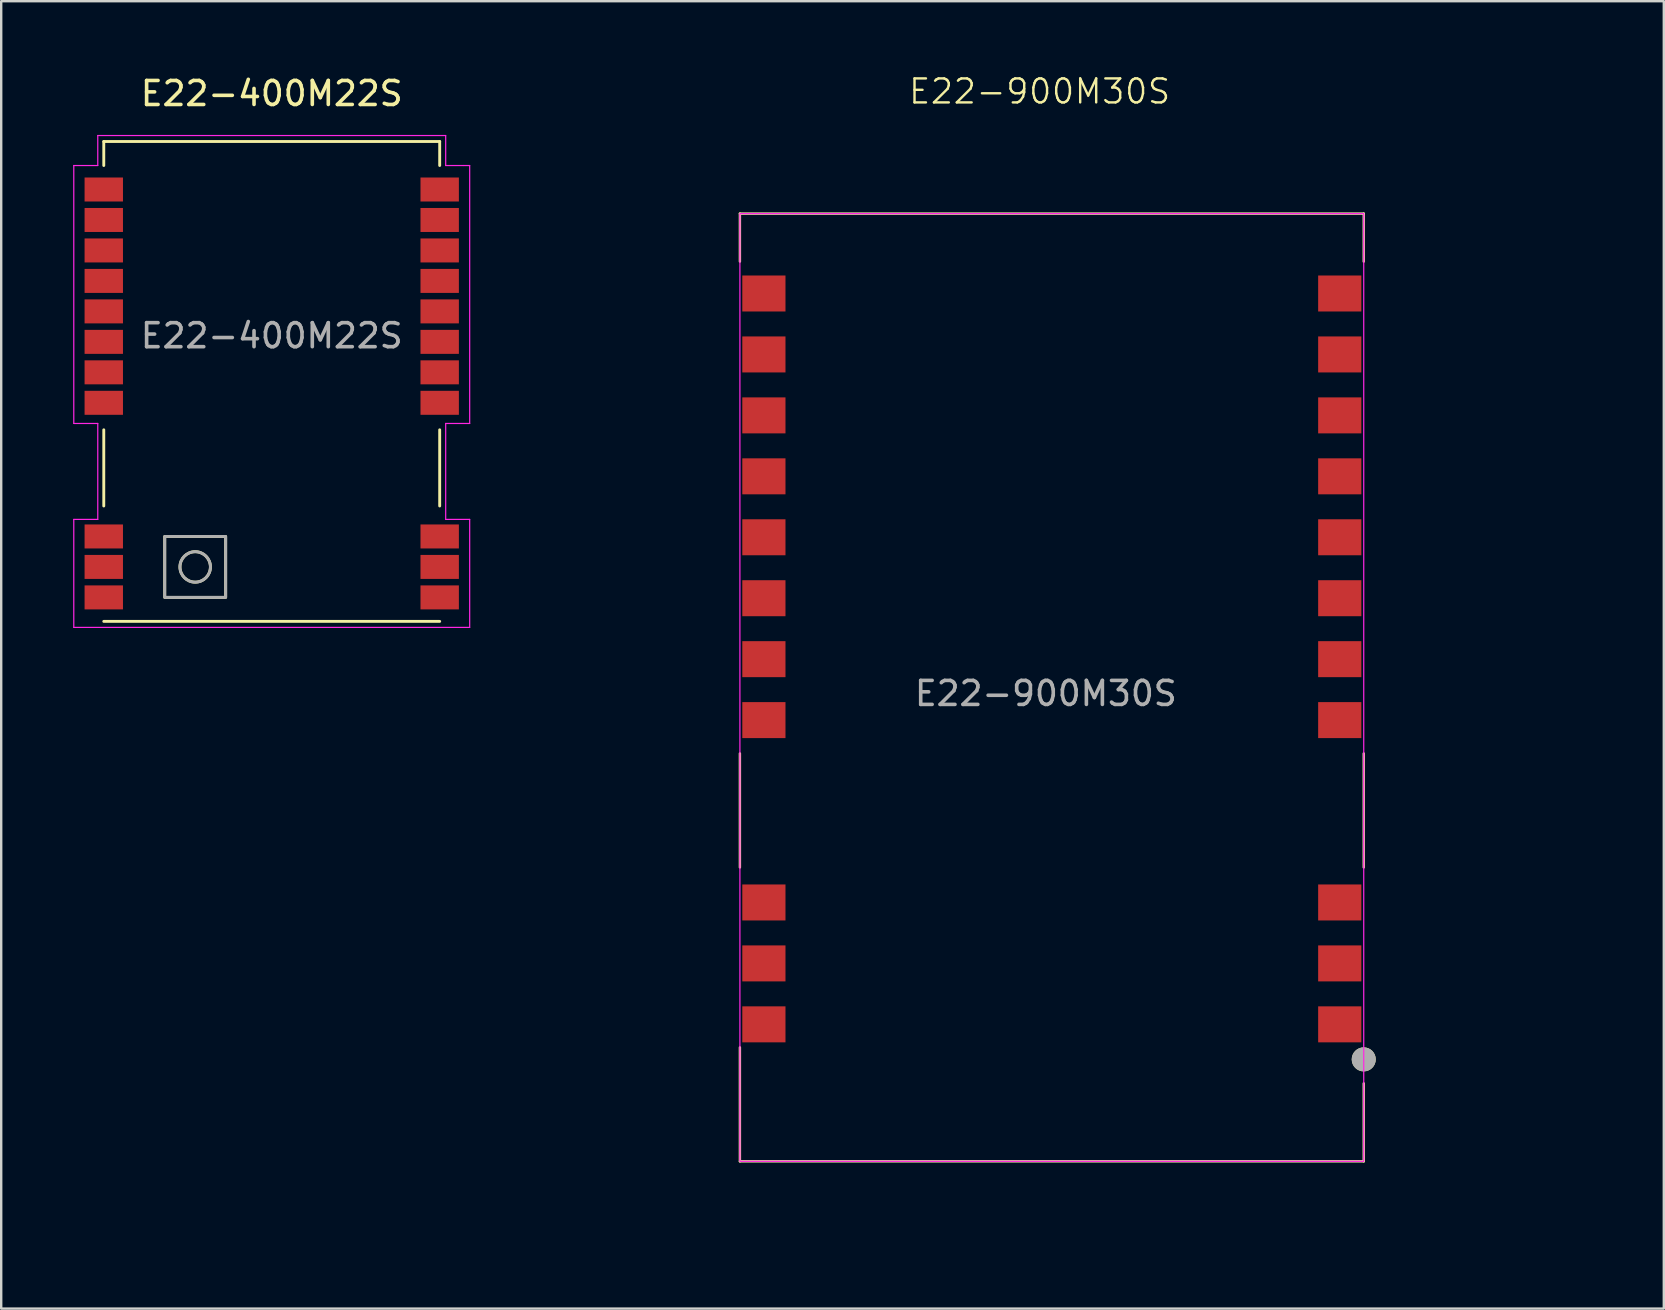
<source format=kicad_pcb>
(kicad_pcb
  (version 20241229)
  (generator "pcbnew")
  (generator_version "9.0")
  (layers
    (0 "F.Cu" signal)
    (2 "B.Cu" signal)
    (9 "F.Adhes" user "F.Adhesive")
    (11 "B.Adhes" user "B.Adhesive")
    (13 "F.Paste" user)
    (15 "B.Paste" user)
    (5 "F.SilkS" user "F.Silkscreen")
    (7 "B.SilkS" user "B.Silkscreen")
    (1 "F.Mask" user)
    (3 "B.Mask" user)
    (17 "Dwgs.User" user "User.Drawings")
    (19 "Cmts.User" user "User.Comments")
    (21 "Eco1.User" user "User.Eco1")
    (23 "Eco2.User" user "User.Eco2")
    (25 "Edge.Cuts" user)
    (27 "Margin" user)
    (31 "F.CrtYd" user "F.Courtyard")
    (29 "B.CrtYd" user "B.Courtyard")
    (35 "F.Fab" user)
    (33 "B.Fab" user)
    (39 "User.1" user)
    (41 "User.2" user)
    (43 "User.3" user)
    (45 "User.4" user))
  (footprint "E22-900M30S"
    (layer "F.Cu")
    (at 40.787 25.852)
    (property "Reference" "E22-900M30S" (at -0.508 -25.092 0) (unlocked yes) (layer "F.SilkS") (effects (font (size 1 1) (thickness 0.1))))
    (attr smd)
    (fp_line (start -13 -20) (end -13 -18) (stroke (width 0.1) (type default)) (layer "F.SilkS"))
    (fp_line (start -13 2.5) (end -13 7.25) (stroke (width 0.1) (type default)) (layer "F.SilkS"))
    (fp_line (start -13 14.75) (end -13 19.5) (stroke (width 0.1) (type default)) (layer "F.SilkS"))
    (fp_line (start 13 -20) (end -13 -20) (stroke (width 0.1) (type default)) (layer "F.SilkS"))
    (fp_line (start 13 -18) (end 13 -20) (stroke (width 0.1) (type default)) (layer "F.SilkS"))
    (fp_line (start 13 2.5) (end 13 7.25) (stroke (width 0.1) (type default)) (layer "F.SilkS"))
    (fp_line (start 13 19.5) (end -13 19.5) (stroke (width 0.1) (type default)) (layer "F.SilkS"))
    (fp_line (start 13 19.5) (end 13 16.25) (stroke (width 0.1) (type default)) (layer "F.SilkS"))
    (fp_circle (center 13 15.25) (end 13.25 15.25) (stroke (width 0.5) (type default)) (fill no) (layer "F.SilkS"))
    (fp_rect (start -12 19.25) (end 12 -19.25) (stroke (width 0.1) (type default)) (fill no) (layer "Eco1.User"))
    (fp_rect (start -13 -20) (end 13 19.5) (stroke (width 0.05) (type default)) (fill no) (layer "F.CrtYd"))
    (fp_circle (center 13 15.25) (end 13.25 15.25) (stroke (width 0.5) (type default)) (fill no) (layer "F.Fab"))
    (fp_text user "${REFERENCE}" (at -0.25 0 0) (unlocked yes) (layer "F.Fab") (effects (font (size 1 1) (thickness 0.15))))
    (dimension (type aligned) (layer "Eco1.User") (pts (xy 52.787 34.562) (xy 52.787 37.102)) (height -5.5) (format (prefix "") (suffix "") (units 3) (units_format 1) (precision 4) (suppress_zeroes yes)) (style (thickness 0.1) (arrow_length 1.27) (text_position_mode 2) (arrow_direction outward) (extension_height 0.586) (extension_offset 0.5) (keep_text_aligned yes)) (gr_text "2.54 mm" (at 59.787 35.833 90) (layer "Eco1.User") (effects (font (size 1 1) (thickness 0.15)))))
    (dimension (type aligned) (layer "Eco1.User") (pts (xy 52.787 39.642) (xy 52.787 45.102)) (height -5.5) (format (prefix "") (suffix "") (units 3) (units_format 1) (precision 4) (suppress_zeroes yes)) (style (thickness 0.1) (arrow_length 1.27) (text_position_mode 2) (arrow_direction outward) (extension_height 0.586) (extension_offset 0.5) (keep_text_aligned yes)) (gr_text "5.46 mm" (at 59.787 43.852 90) (layer "Eco1.User") (effects (font (size 1 1) (thickness 0.15)))))
    (dimension (type aligned) (layer "Eco1.User") (pts (xy 52.787 6.603) (xy 52.787 9.182)) (height -4.5) (format (prefix "") (suffix "") (units 3) (units_format 1) (precision 4) (suppress_zeroes yes)) (style (thickness 0.1) (arrow_length 1.27) (text_position_mode 2) (arrow_direction outward) (extension_height 0.586) (extension_offset 0.5) (keep_text_aligned yes)) (gr_text "2.58 mm" (at 58.787 7.893 90) (layer "Eco1.User") (effects (font (size 1 1) (thickness 0.15)))))
    (dimension (type aligned) (layer "Eco1.User") (pts (xy 52.787 34.562) (xy 52.787 26.962)) (height 5.5) (format (prefix "") (suffix "") (units 3) (units_format 1) (precision 4) (suppress_zeroes yes)) (style (thickness 0.1) (arrow_length 1.27) (text_position_mode 0) (arrow_direction outward) (extension_height 0.586) (extension_offset 0.5) (keep_text_aligned yes)) (gr_text "7.6 mm" (at 57.137 30.762 90) (layer "Eco1.User") (effects (font (size 1 1) (thickness 0.15)))))
    (dimension (type aligned) (layer "Eco1.User") (pts (xy 28.787 45.102) (xy 28.787 6.603)) (height -4.5) (format (prefix "") (suffix "") (units 3) (units_format 1) (precision 4) (suppress_zeroes yes)) (style (thickness 0.1) (arrow_length 1.27) (text_position_mode 0) (arrow_direction outward) (extension_height 0.586) (extension_offset 0.5) (keep_text_aligned yes)) (gr_text "38.5 mm" (at 23.137 25.852 90) (layer "Eco1.User") (effects (font (size 1 1) (thickness 0.15)))))
    (dimension (type aligned) (layer "Eco1.User") (pts (xy 52.787 45.102) (xy 28.787 45.102)) (height -2.75) (format (prefix "") (suffix "") (units 3) (units_format 1) (precision 4) (suppress_zeroes yes)) (style (thickness 0.1) (arrow_length 1.27) (text_position_mode 0) (arrow_direction outward) (extension_height 0.586) (extension_offset 0.5) (keep_text_aligned yes)) (gr_text "24 mm" (at 40.787 46.703 0) (layer "Eco1.User") (effects (font (size 1 1) (thickness 0.15)))))
    (pad "1" smd rect (at 12 13.79) (size 1.8 1.5) (layers "F.Cu" "F.Mask" "F.Paste"))
    (pad "2" smd rect (at 12 11.25) (size 1.8 1.5) (layers "F.Cu" "F.Mask" "F.Paste"))
    (pad "3" smd rect (at 12 8.71) (size 1.8 1.5) (layers "F.Cu" "F.Mask" "F.Paste"))
    (pad "4" smd rect (at 12 1.11) (size 1.8 1.5) (layers "F.Cu" "F.Mask" "F.Paste"))
    (pad "5" smd rect (at 12 -1.43) (size 1.8 1.5) (layers "F.Cu" "F.Mask" "F.Paste"))
    (pad "6" smd rect (at 12 -3.97) (size 1.8 1.5) (layers "F.Cu" "F.Mask" "F.Paste"))
    (pad "7" smd rect (at 12 -6.51) (size 1.8 1.5) (layers "F.Cu" "F.Mask" "F.Paste"))
    (pad "8" smd rect (at 12 -9.05) (size 1.8 1.5) (layers "F.Cu" "F.Mask" "F.Paste"))
    (pad "9" smd rect (at 12 -11.59) (size 1.8 1.5) (layers "F.Cu" "F.Mask" "F.Paste"))
    (pad "10" smd rect (at 12 -14.13) (size 1.8 1.5) (layers "F.Cu" "F.Mask" "F.Paste"))
    (pad "11" smd rect (at 12 -16.67) (size 1.8 1.5) (layers "F.Cu" "F.Mask" "F.Paste"))
    (pad "12" smd rect (at -12 -16.67) (size 1.8 1.5) (layers "F.Cu" "F.Mask" "F.Paste"))
    (pad "13" smd rect (at -12 -14.13) (size 1.8 1.5) (layers "F.Cu" "F.Mask" "F.Paste"))
    (pad "14" smd rect (at -12 -11.59) (size 1.8 1.5) (layers "F.Cu" "F.Mask" "F.Paste"))
    (pad "15" smd rect (at -12 -9.05) (size 1.8 1.5) (layers "F.Cu" "F.Mask" "F.Paste"))
    (pad "16" smd rect (at -12 -6.51) (size 1.8 1.5) (layers "F.Cu" "F.Mask" "F.Paste"))
    (pad "17" smd rect (at -12 -3.97) (size 1.8 1.5) (layers "F.Cu" "F.Mask" "F.Paste"))
    (pad "18" smd rect (at -12 -1.43) (size 1.8 1.5) (layers "F.Cu" "F.Mask" "F.Paste"))
    (pad "19" smd rect (at -12 1.11) (size 1.8 1.5) (layers "F.Cu" "F.Mask" "F.Paste"))
    (pad "20" smd rect (at -12 8.71) (size 1.8 1.5) (layers "F.Cu" "F.Mask" "F.Paste"))
    (pad "21" smd rect (at -12 11.25) (size 1.8 1.5) (layers "F.Cu" "F.Mask" "F.Paste"))
    (pad "22" smd rect (at -12 13.79) (size 1.8 1.5) (layers "F.Cu" "F.Mask" "F.Paste")))
  (footprint "E22-400M22S"
    (layer "F.Cu")
    (at 15.275 21.848)
    (property "Reference" "E22-400M22S" (at -7 -21 0) (unlocked yes) (layer "F.SilkS") (effects (font (size 1 1) (thickness 0.15))))
    (attr smd)
    (fp_line (start -14 -19) (end 0 -19) (stroke (width 0.12) (type default)) (layer "F.SilkS"))
    (fp_line (start -14 -18) (end -14 -19) (stroke (width 0.12) (type default)) (layer "F.SilkS"))
    (fp_line (start -14 -3.81) (end -14 -6.985) (stroke (width 0.12) (type default)) (layer "F.SilkS"))
    (fp_line (start 0 -18) (end 0 -19) (stroke (width 0.12) (type default)) (layer "F.SilkS"))
    (fp_line (start 0 -3.81) (end 0 -6.985) (stroke (width 0.12) (type default)) (layer "F.SilkS"))
    (fp_line (start 0 1) (end -14 1) (stroke (width 0.12) (type default)) (layer "F.SilkS"))
    (fp_rect (start -11.46 -2.54) (end -8.92 0) (stroke (width 0.12) (type default)) (fill no) (layer "F.SilkS"))
    (fp_circle (center -10.19 -1.27) (end -9.555 -1.27) (stroke (width 0.12) (type default)) (fill no) (layer "F.SilkS"))
    (fp_line (start -15.25 -18) (end -14.25 -18) (stroke (width 0.05) (type default)) (layer "F.CrtYd"))
    (fp_line (start -15.25 -7.25) (end -15.25 -18) (stroke (width 0.05) (type default)) (layer "F.CrtYd"))
    (fp_line (start -15.25 -3.25) (end -14.25 -3.25) (stroke (width 0.05) (type default)) (layer "F.CrtYd"))
    (fp_line (start -15.25 1.25) (end -15.25 -3.25) (stroke (width 0.05) (type default)) (layer "F.CrtYd"))
    (fp_line (start -14.25 -19.25) (end 0.25 -19.25) (stroke (width 0.05) (type default)) (layer "F.CrtYd"))
    (fp_line (start -14.25 -18) (end -14.25 -19.25) (stroke (width 0.05) (type default)) (layer "F.CrtYd"))
    (fp_line (start -14.25 -7.25) (end -15.25 -7.25) (stroke (width 0.05) (type default)) (layer "F.CrtYd"))
    (fp_line (start -14.25 -3.25) (end -14.25 -7.25) (stroke (width 0.05) (type default)) (layer "F.CrtYd"))
    (fp_line (start 0.25 -19.25) (end 0.25 -18) (stroke (width 0.05) (type default)) (layer "F.CrtYd"))
    (fp_line (start 0.25 -18) (end 1 -18) (stroke (width 0.05) (type default)) (layer "F.CrtYd"))
    (fp_line (start 0.25 -7.25) (end 0.25 -3.25) (stroke (width 0.05) (type default)) (layer "F.CrtYd"))
    (fp_line (start 0.25 -3.25) (end 1.25 -3.25) (stroke (width 0.05) (type default)) (layer "F.CrtYd"))
    (fp_line (start 1 -18) (end 1.25 -18) (stroke (width 0.05) (type default)) (layer "F.CrtYd"))
    (fp_line (start 1.25 -18) (end 1.25 -7.25) (stroke (width 0.05) (type default)) (layer "F.CrtYd"))
    (fp_line (start 1.25 -7.25) (end 0.25 -7.25) (stroke (width 0.05) (type default)) (layer "F.CrtYd"))
    (fp_line (start 1.25 -3.25) (end 1.25 1.25) (stroke (width 0.05) (type default)) (layer "F.CrtYd"))
    (fp_line (start 1.25 1.25) (end -15.25 1.25) (stroke (width 0.05) (type default)) (layer "F.CrtYd"))
    (fp_rect (start -11.46 -2.54) (end -8.92 0) (stroke (width 0.12) (type default)) (fill no) (layer "F.Fab"))
    (fp_circle (center -10.19 -1.27) (end -9.555 -1.27) (stroke (width 0.12) (type default)) (fill no) (layer "F.Fab"))
    (fp_text user "${REFERENCE}" (at -7 -10.905 0) (unlocked yes) (layer "F.Fab") (effects (font (size 1 1) (thickness 0.15))))
    (dimension (type aligned) (layer "User.2") (pts (xy 1.275 4.848) (xy 15.275 4.848)) (height 0) (format (prefix "") (suffix "") (units 3) (units_format 1) (precision 4) (suppress_zeroes yes)) (style (thickness 0.1) (arrow_length 1.27) (text_position_mode 0) (arrow_direction outward) (extension_height 0.586) (extension_offset 0.5) (keep_text_aligned yes)) (gr_text "14 mm" (at 8.275 3.698 0) (layer "User.2") (effects (font (size 1 1) (thickness 0.15)))))
    (dimension (type aligned) (layer "User.2") (pts (xy 12.275 22.848) (xy 12.275 2.848)) (height 0) (format (prefix "") (suffix "") (units 3) (units_format 1) (precision 4) (suppress_zeroes yes)) (style (thickness 0.1) (arrow_length 1.27) (text_position_mode 2) (arrow_direction outward) (extension_height 0.586) (extension_offset 0.5) (keep_text_aligned yes)) (gr_text "20 mm" (at 11.125 7.848 90) (layer "User.2") (effects (font (size 1 1) (thickness 0.15)))))
    (dimension (type aligned) (layer "User.2") (pts (xy 15.275 19.308) (xy 15.275 13.738)) (height -1) (format (prefix "") (suffix "") (units 3) (units_format 1) (precision 4) (suppress_zeroes yes)) (style (thickness 0.1) (arrow_length 1.27) (text_position_mode 0) (arrow_direction outward) (extension_height 0.586) (extension_offset 0.5) (keep_text_aligned yes)) (gr_text "5.57 mm" (at 13.125 16.523 90) (layer "User.2") (effects (font (size 1 1) (thickness 0.15)))))
    (pad "1" smd rect (at 0 0) (size 1.6 1) (layers "F.Cu" "F.Mask" "F.Paste"))
    (pad "2" smd rect (at 0 -1.27) (size 1.6 1) (layers "F.Cu" "F.Mask" "F.Paste"))
    (pad "3" smd rect (at 0 -2.54) (size 1.6 1) (layers "F.Cu" "F.Mask" "F.Paste"))
    (pad "4" smd rect (at 0 -8.11) (size 1.6 1) (layers "F.Cu" "F.Mask" "F.Paste"))
    (pad "5" smd rect (at 0 -9.38) (size 1.6 1) (layers "F.Cu" "F.Mask" "F.Paste"))
    (pad "6" smd rect (at 0 -10.65) (size 1.6 1) (layers "F.Cu" "F.Mask" "F.Paste"))
    (pad "7" smd rect (at 0 -11.92) (size 1.6 1) (layers "F.Cu" "F.Mask" "F.Paste"))
    (pad "8" smd rect (at 0 -13.19) (size 1.6 1) (layers "F.Cu" "F.Mask" "F.Paste"))
    (pad "9" smd rect (at 0 -14.46) (size 1.6 1) (layers "F.Cu" "F.Mask" "F.Paste"))
    (pad "10" smd rect (at 0 -15.73) (size 1.6 1) (layers "F.Cu" "F.Mask" "F.Paste"))
    (pad "11" smd rect (at 0 -17) (size 1.6 1) (layers "F.Cu" "F.Mask" "F.Paste"))
    (pad "12" smd rect (at -14 -17) (size 1.6 1) (layers "F.Cu" "F.Mask" "F.Paste"))
    (pad "13" smd rect (at -14 -15.73) (size 1.6 1) (layers "F.Cu" "F.Mask" "F.Paste"))
    (pad "14" smd rect (at -14 -14.46) (size 1.6 1) (layers "F.Cu" "F.Mask" "F.Paste"))
    (pad "15" smd rect (at -14 -13.19) (size 1.6 1) (layers "F.Cu" "F.Mask" "F.Paste"))
    (pad "16" smd rect (at -14 -11.92) (size 1.6 1) (layers "F.Cu" "F.Mask" "F.Paste"))
    (pad "17" smd rect (at -14 -10.65) (size 1.6 1) (layers "F.Cu" "F.Mask" "F.Paste"))
    (pad "18" smd rect (at -14 -9.38) (size 1.6 1) (layers "F.Cu" "F.Mask" "F.Paste"))
    (pad "19" smd rect (at -14 -8.11) (size 1.6 1) (layers "F.Cu" "F.Mask" "F.Paste"))
    (pad "20" smd rect (at -14 -2.54) (size 1.6 1) (layers "F.Cu" "F.Mask" "F.Paste"))
    (pad "21" smd rect (at -14 -1.27) (size 1.6 1) (layers "F.Cu" "F.Mask" "F.Paste"))
    (pad "22" smd rect (at -14 0) (size 1.6 1) (layers "F.Cu" "F.Mask" "F.Paste")))
  (gr_rect
    (start -3 -3)
    (end 66.293 51.489)
    (stroke (width 0.1) (type default))
    (fill no)
    (layer "Edge.Cuts")))
</source>
